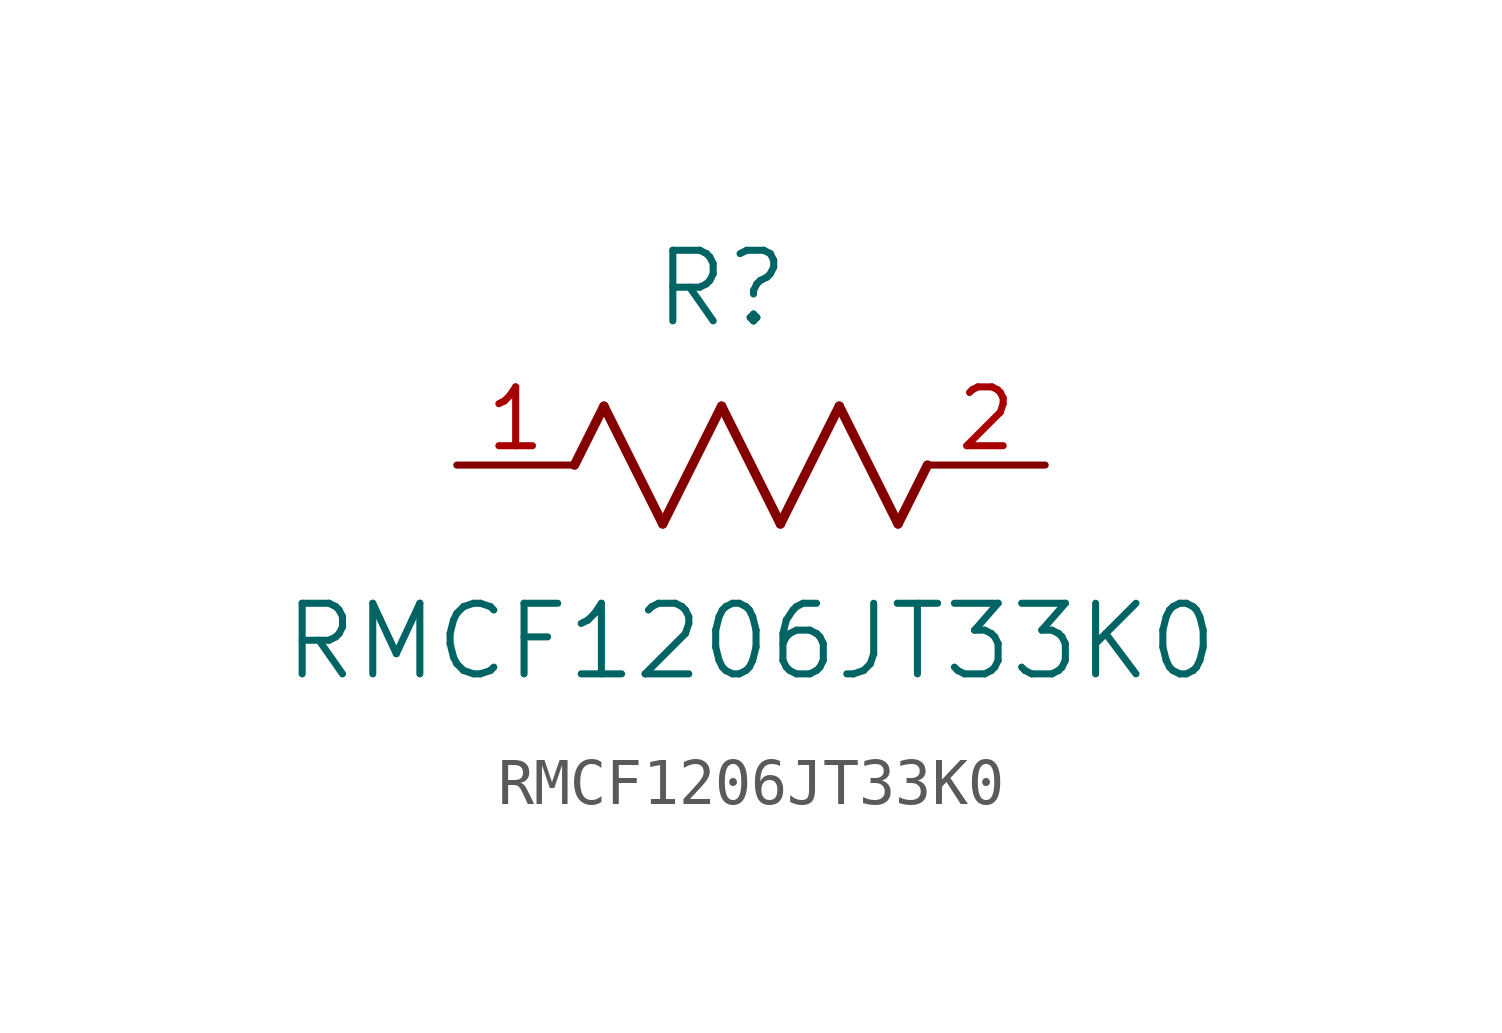
<source format=kicad_sym>
(kicad_symbol_lib
  (version 20211014)
  (generator kicad_symbol_editor)
  (symbol "RMCF1206JT33K0"
    (pin_names
      (offset 0.254))
    (property "Reference" "R"
      (at 5.715 3.81 0)
      (effects (font (size 1.524 1.524))))
    (property "Value" "RMCF1206JT33K0"
      (at 6.35 -3.81 0)
      (effects (font (size 1.524 1.524))))
    (symbol "RMCF1206JT33K0_0_1"
      (polyline (pts (xy 3.175 1.27) (xy 4.445 -1.27)) (stroke (width 0.203) (type default) (color 0 0 0 0)) (fill (type none)))
      (polyline (pts (xy 4.445 -1.27) (xy 5.715 1.27)) (stroke (width 0.203) (type default) (color 0 0 0 0)) (fill (type none)))
      (polyline (pts (xy 5.715 1.27) (xy 6.985 -1.27)) (stroke (width 0.203) (type default) (color 0 0 0 0)) (fill (type none)))
      (polyline (pts (xy 6.985 -1.27) (xy 8.255 1.27)) (stroke (width 0.203) (type default) (color 0 0 0 0)) (fill (type none)))
      (polyline (pts (xy 8.255 1.27) (xy 9.525 -1.27)) (stroke (width 0.203) (type default) (color 0 0 0 0)) (fill (type none)))
      (polyline (pts (xy 2.54 0) (xy 3.175 1.27)) (stroke (width 0.203) (type default) (color 0 0 0 0)) (fill (type none)))
      (polyline (pts (xy 9.525 -1.27) (xy 10.16 0)) (stroke (width 0.203) (type default) (color 0 0 0 0)) (fill (type none)))
      (pin unspecified line (at 0 0 0) (length 2.54) (name "" (effects (font (size 1.27 1.27)))) (number "1" (effects (font (size 1.27 1.27)))))
      (pin unspecified line (at 12.7 0 180) (length 2.54) (name "" (effects (font (size 1.27 1.27)))) (number "2" (effects (font (size 1.27 1.27))))))))
</source>
